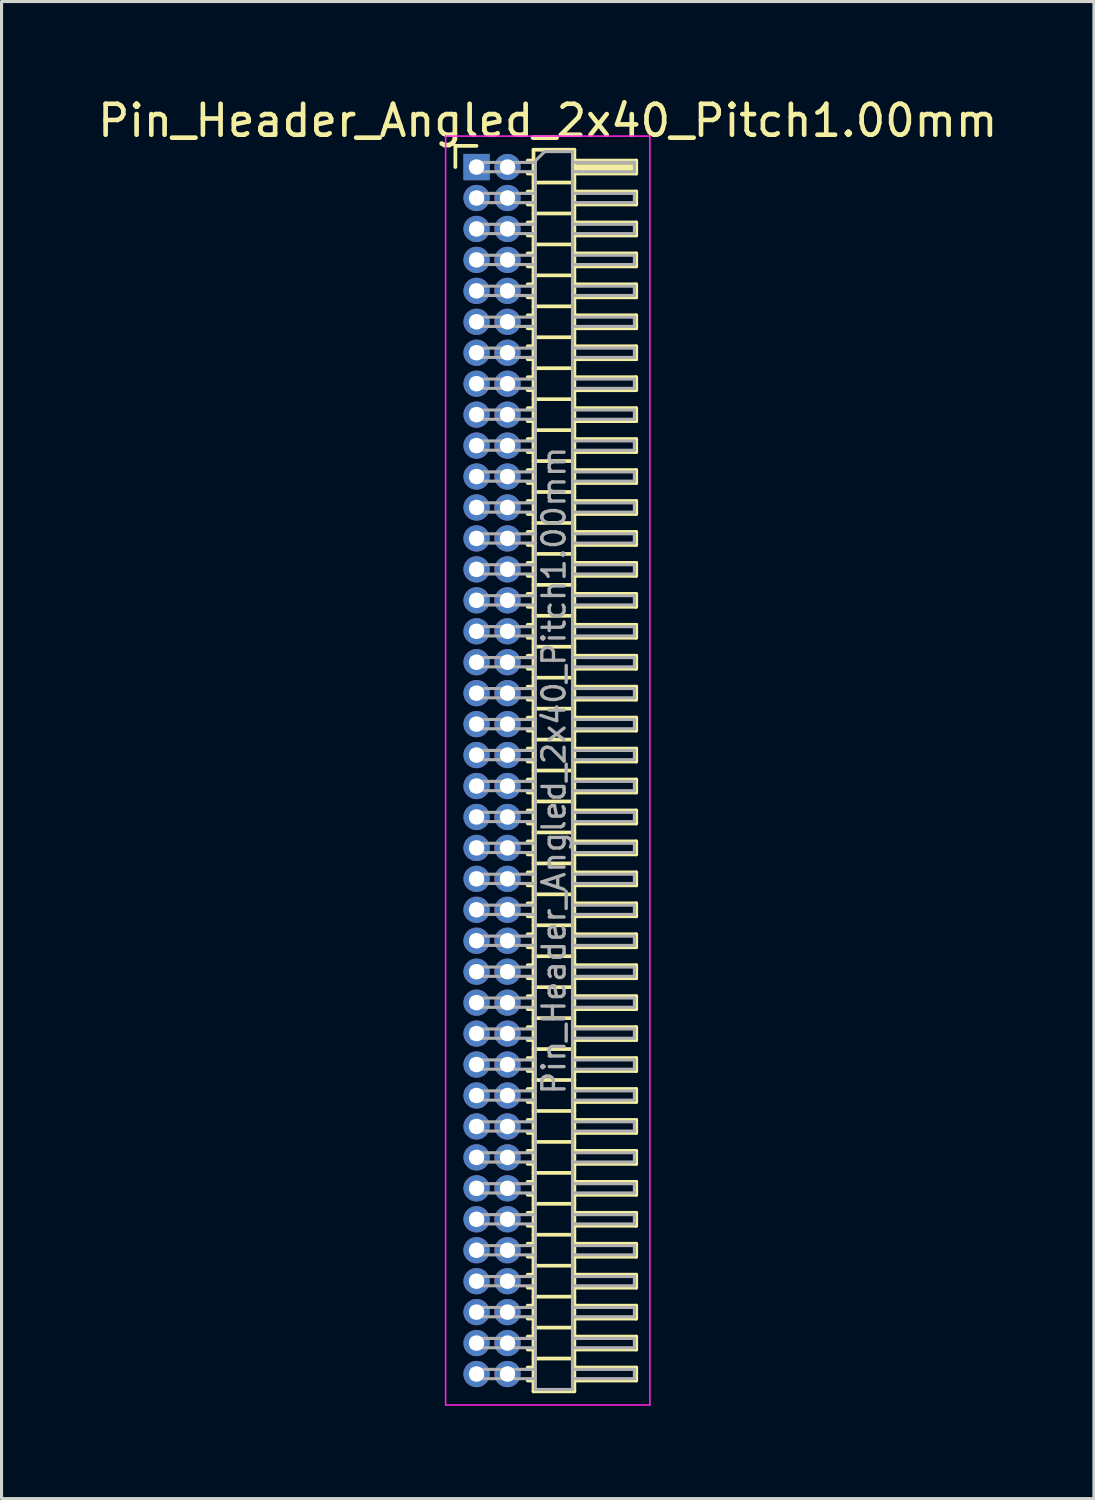
<source format=kicad_pcb>
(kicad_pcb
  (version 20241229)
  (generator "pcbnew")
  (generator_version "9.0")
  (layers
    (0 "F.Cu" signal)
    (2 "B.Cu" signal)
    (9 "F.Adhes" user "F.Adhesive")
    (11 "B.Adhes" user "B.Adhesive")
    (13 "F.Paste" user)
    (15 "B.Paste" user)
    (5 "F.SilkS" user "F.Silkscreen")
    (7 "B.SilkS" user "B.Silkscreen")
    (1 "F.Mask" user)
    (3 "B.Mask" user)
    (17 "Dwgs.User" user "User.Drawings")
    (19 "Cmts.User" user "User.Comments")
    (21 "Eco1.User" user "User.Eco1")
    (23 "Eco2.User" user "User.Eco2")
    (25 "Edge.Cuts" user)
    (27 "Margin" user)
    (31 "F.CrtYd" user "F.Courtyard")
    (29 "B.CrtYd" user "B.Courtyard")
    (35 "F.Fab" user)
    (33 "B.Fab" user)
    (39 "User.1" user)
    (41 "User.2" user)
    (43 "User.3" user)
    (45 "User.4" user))
  (footprint "Pin_Header_Angled_2x40_Pitch1.00mm"
    (layer "F.Cu")
    (at 12.349 2.348)
    (property "Reference" "Pin_Header_Angled_2x40_Pitch1.00mm" (at 2.3 -1.5 0) (layer "F.SilkS") (effects (font (size 1 1) (thickness 0.15))))
    (attr through_hole)
    (fp_line (start -0.685 -0.685) (end 0 -0.685) (stroke (width 0.12) (type solid)) (layer "F.SilkS"))
    (fp_line (start -0.685 0) (end -0.685 -0.685) (stroke (width 0.12) (type solid)) (layer "F.SilkS"))
    (fp_line (start 1.652 -0.21) (end 1.84 -0.21) (stroke (width 0.12) (type solid)) (layer "F.SilkS"))
    (fp_line (start 1.652 0.21) (end 1.84 0.21) (stroke (width 0.12) (type solid)) (layer "F.SilkS"))
    (fp_line (start 1.652 0.79) (end 1.84 0.79) (stroke (width 0.12) (type solid)) (layer "F.SilkS"))
    (fp_line (start 1.652 1.21) (end 1.84 1.21) (stroke (width 0.12) (type solid)) (layer "F.SilkS"))
    (fp_line (start 1.652 1.79) (end 1.84 1.79) (stroke (width 0.12) (type solid)) (layer "F.SilkS"))
    (fp_line (start 1.652 2.21) (end 1.84 2.21) (stroke (width 0.12) (type solid)) (layer "F.SilkS"))
    (fp_line (start 1.652 2.79) (end 1.84 2.79) (stroke (width 0.12) (type solid)) (layer "F.SilkS"))
    (fp_line (start 1.652 3.21) (end 1.84 3.21) (stroke (width 0.12) (type solid)) (layer "F.SilkS"))
    (fp_line (start 1.652 3.79) (end 1.84 3.79) (stroke (width 0.12) (type solid)) (layer "F.SilkS"))
    (fp_line (start 1.652 4.21) (end 1.84 4.21) (stroke (width 0.12) (type solid)) (layer "F.SilkS"))
    (fp_line (start 1.652 4.79) (end 1.84 4.79) (stroke (width 0.12) (type solid)) (layer "F.SilkS"))
    (fp_line (start 1.652 5.21) (end 1.84 5.21) (stroke (width 0.12) (type solid)) (layer "F.SilkS"))
    (fp_line (start 1.652 5.79) (end 1.84 5.79) (stroke (width 0.12) (type solid)) (layer "F.SilkS"))
    (fp_line (start 1.652 6.21) (end 1.84 6.21) (stroke (width 0.12) (type solid)) (layer "F.SilkS"))
    (fp_line (start 1.652 6.79) (end 1.84 6.79) (stroke (width 0.12) (type solid)) (layer "F.SilkS"))
    (fp_line (start 1.652 7.21) (end 1.84 7.21) (stroke (width 0.12) (type solid)) (layer "F.SilkS"))
    (fp_line (start 1.652 7.79) (end 1.84 7.79) (stroke (width 0.12) (type solid)) (layer "F.SilkS"))
    (fp_line (start 1.652 8.21) (end 1.84 8.21) (stroke (width 0.12) (type solid)) (layer "F.SilkS"))
    (fp_line (start 1.652 8.79) (end 1.84 8.79) (stroke (width 0.12) (type solid)) (layer "F.SilkS"))
    (fp_line (start 1.652 9.21) (end 1.84 9.21) (stroke (width 0.12) (type solid)) (layer "F.SilkS"))
    (fp_line (start 1.652 9.79) (end 1.84 9.79) (stroke (width 0.12) (type solid)) (layer "F.SilkS"))
    (fp_line (start 1.652 10.21) (end 1.84 10.21) (stroke (width 0.12) (type solid)) (layer "F.SilkS"))
    (fp_line (start 1.652 10.79) (end 1.84 10.79) (stroke (width 0.12) (type solid)) (layer "F.SilkS"))
    (fp_line (start 1.652 11.21) (end 1.84 11.21) (stroke (width 0.12) (type solid)) (layer "F.SilkS"))
    (fp_line (start 1.652 11.79) (end 1.84 11.79) (stroke (width 0.12) (type solid)) (layer "F.SilkS"))
    (fp_line (start 1.652 12.21) (end 1.84 12.21) (stroke (width 0.12) (type solid)) (layer "F.SilkS"))
    (fp_line (start 1.652 12.79) (end 1.84 12.79) (stroke (width 0.12) (type solid)) (layer "F.SilkS"))
    (fp_line (start 1.652 13.21) (end 1.84 13.21) (stroke (width 0.12) (type solid)) (layer "F.SilkS"))
    (fp_line (start 1.652 13.79) (end 1.84 13.79) (stroke (width 0.12) (type solid)) (layer "F.SilkS"))
    (fp_line (start 1.652 14.21) (end 1.84 14.21) (stroke (width 0.12) (type solid)) (layer "F.SilkS"))
    (fp_line (start 1.652 14.79) (end 1.84 14.79) (stroke (width 0.12) (type solid)) (layer "F.SilkS"))
    (fp_line (start 1.652 15.21) (end 1.84 15.21) (stroke (width 0.12) (type solid)) (layer "F.SilkS"))
    (fp_line (start 1.652 15.79) (end 1.84 15.79) (stroke (width 0.12) (type solid)) (layer "F.SilkS"))
    (fp_line (start 1.652 16.21) (end 1.84 16.21) (stroke (width 0.12) (type solid)) (layer "F.SilkS"))
    (fp_line (start 1.652 16.79) (end 1.84 16.79) (stroke (width 0.12) (type solid)) (layer "F.SilkS"))
    (fp_line (start 1.652 17.21) (end 1.84 17.21) (stroke (width 0.12) (type solid)) (layer "F.SilkS"))
    (fp_line (start 1.652 17.79) (end 1.84 17.79) (stroke (width 0.12) (type solid)) (layer "F.SilkS"))
    (fp_line (start 1.652 18.21) (end 1.84 18.21) (stroke (width 0.12) (type solid)) (layer "F.SilkS"))
    (fp_line (start 1.652 18.79) (end 1.84 18.79) (stroke (width 0.12) (type solid)) (layer "F.SilkS"))
    (fp_line (start 1.652 19.21) (end 1.84 19.21) (stroke (width 0.12) (type solid)) (layer "F.SilkS"))
    (fp_line (start 1.652 19.79) (end 1.84 19.79) (stroke (width 0.12) (type solid)) (layer "F.SilkS"))
    (fp_line (start 1.652 20.21) (end 1.84 20.21) (stroke (width 0.12) (type solid)) (layer "F.SilkS"))
    (fp_line (start 1.652 20.79) (end 1.84 20.79) (stroke (width 0.12) (type solid)) (layer "F.SilkS"))
    (fp_line (start 1.652 21.21) (end 1.84 21.21) (stroke (width 0.12) (type solid)) (layer "F.SilkS"))
    (fp_line (start 1.652 21.79) (end 1.84 21.79) (stroke (width 0.12) (type solid)) (layer "F.SilkS"))
    (fp_line (start 1.652 22.21) (end 1.84 22.21) (stroke (width 0.12) (type solid)) (layer "F.SilkS"))
    (fp_line (start 1.652 22.79) (end 1.84 22.79) (stroke (width 0.12) (type solid)) (layer "F.SilkS"))
    (fp_line (start 1.652 23.21) (end 1.84 23.21) (stroke (width 0.12) (type solid)) (layer "F.SilkS"))
    (fp_line (start 1.652 23.79) (end 1.84 23.79) (stroke (width 0.12) (type solid)) (layer "F.SilkS"))
    (fp_line (start 1.652 24.21) (end 1.84 24.21) (stroke (width 0.12) (type solid)) (layer "F.SilkS"))
    (fp_line (start 1.652 24.79) (end 1.84 24.79) (stroke (width 0.12) (type solid)) (layer "F.SilkS"))
    (fp_line (start 1.652 25.21) (end 1.84 25.21) (stroke (width 0.12) (type solid)) (layer "F.SilkS"))
    (fp_line (start 1.652 25.79) (end 1.84 25.79) (stroke (width 0.12) (type solid)) (layer "F.SilkS"))
    (fp_line (start 1.652 26.21) (end 1.84 26.21) (stroke (width 0.12) (type solid)) (layer "F.SilkS"))
    (fp_line (start 1.652 26.79) (end 1.84 26.79) (stroke (width 0.12) (type solid)) (layer "F.SilkS"))
    (fp_line (start 1.652 27.21) (end 1.84 27.21) (stroke (width 0.12) (type solid)) (layer "F.SilkS"))
    (fp_line (start 1.652 27.79) (end 1.84 27.79) (stroke (width 0.12) (type solid)) (layer "F.SilkS"))
    (fp_line (start 1.652 28.21) (end 1.84 28.21) (stroke (width 0.12) (type solid)) (layer "F.SilkS"))
    (fp_line (start 1.652 28.79) (end 1.84 28.79) (stroke (width 0.12) (type solid)) (layer "F.SilkS"))
    (fp_line (start 1.652 29.21) (end 1.84 29.21) (stroke (width 0.12) (type solid)) (layer "F.SilkS"))
    (fp_line (start 1.652 29.79) (end 1.84 29.79) (stroke (width 0.12) (type solid)) (layer "F.SilkS"))
    (fp_line (start 1.652 30.21) (end 1.84 30.21) (stroke (width 0.12) (type solid)) (layer "F.SilkS"))
    (fp_line (start 1.652 30.79) (end 1.84 30.79) (stroke (width 0.12) (type solid)) (layer "F.SilkS"))
    (fp_line (start 1.652 31.21) (end 1.84 31.21) (stroke (width 0.12) (type solid)) (layer "F.SilkS"))
    (fp_line (start 1.652 31.79) (end 1.84 31.79) (stroke (width 0.12) (type solid)) (layer "F.SilkS"))
    (fp_line (start 1.652 32.21) (end 1.84 32.21) (stroke (width 0.12) (type solid)) (layer "F.SilkS"))
    (fp_line (start 1.652 32.79) (end 1.84 32.79) (stroke (width 0.12) (type solid)) (layer "F.SilkS"))
    (fp_line (start 1.652 33.21) (end 1.84 33.21) (stroke (width 0.12) (type solid)) (layer "F.SilkS"))
    (fp_line (start 1.652 33.79) (end 1.84 33.79) (stroke (width 0.12) (type solid)) (layer "F.SilkS"))
    (fp_line (start 1.652 34.21) (end 1.84 34.21) (stroke (width 0.12) (type solid)) (layer "F.SilkS"))
    (fp_line (start 1.652 34.79) (end 1.84 34.79) (stroke (width 0.12) (type solid)) (layer "F.SilkS"))
    (fp_line (start 1.652 35.21) (end 1.84 35.21) (stroke (width 0.12) (type solid)) (layer "F.SilkS"))
    (fp_line (start 1.652 35.79) (end 1.84 35.79) (stroke (width 0.12) (type solid)) (layer "F.SilkS"))
    (fp_line (start 1.652 36.21) (end 1.84 36.21) (stroke (width 0.12) (type solid)) (layer "F.SilkS"))
    (fp_line (start 1.652 36.79) (end 1.84 36.79) (stroke (width 0.12) (type solid)) (layer "F.SilkS"))
    (fp_line (start 1.652 37.21) (end 1.84 37.21) (stroke (width 0.12) (type solid)) (layer "F.SilkS"))
    (fp_line (start 1.652 37.79) (end 1.84 37.79) (stroke (width 0.12) (type solid)) (layer "F.SilkS"))
    (fp_line (start 1.652 38.21) (end 1.84 38.21) (stroke (width 0.12) (type solid)) (layer "F.SilkS"))
    (fp_line (start 1.652 38.79) (end 1.84 38.79) (stroke (width 0.12) (type solid)) (layer "F.SilkS"))
    (fp_line (start 1.652 39.21) (end 1.84 39.21) (stroke (width 0.12) (type solid)) (layer "F.SilkS"))
    (fp_line (start 1.84 -0.56) (end 1.84 39.56) (stroke (width 0.12) (type solid)) (layer "F.SilkS"))
    (fp_line (start 1.84 0.5) (end 3.16 0.5) (stroke (width 0.12) (type solid)) (layer "F.SilkS"))
    (fp_line (start 1.84 1.5) (end 3.16 1.5) (stroke (width 0.12) (type solid)) (layer "F.SilkS"))
    (fp_line (start 1.84 2.5) (end 3.16 2.5) (stroke (width 0.12) (type solid)) (layer "F.SilkS"))
    (fp_line (start 1.84 3.5) (end 3.16 3.5) (stroke (width 0.12) (type solid)) (layer "F.SilkS"))
    (fp_line (start 1.84 4.5) (end 3.16 4.5) (stroke (width 0.12) (type solid)) (layer "F.SilkS"))
    (fp_line (start 1.84 5.5) (end 3.16 5.5) (stroke (width 0.12) (type solid)) (layer "F.SilkS"))
    (fp_line (start 1.84 6.5) (end 3.16 6.5) (stroke (width 0.12) (type solid)) (layer "F.SilkS"))
    (fp_line (start 1.84 7.5) (end 3.16 7.5) (stroke (width 0.12) (type solid)) (layer "F.SilkS"))
    (fp_line (start 1.84 8.5) (end 3.16 8.5) (stroke (width 0.12) (type solid)) (layer "F.SilkS"))
    (fp_line (start 1.84 9.5) (end 3.16 9.5) (stroke (width 0.12) (type solid)) (layer "F.SilkS"))
    (fp_line (start 1.84 10.5) (end 3.16 10.5) (stroke (width 0.12) (type solid)) (layer "F.SilkS"))
    (fp_line (start 1.84 11.5) (end 3.16 11.5) (stroke (width 0.12) (type solid)) (layer "F.SilkS"))
    (fp_line (start 1.84 12.5) (end 3.16 12.5) (stroke (width 0.12) (type solid)) (layer "F.SilkS"))
    (fp_line (start 1.84 13.5) (end 3.16 13.5) (stroke (width 0.12) (type solid)) (layer "F.SilkS"))
    (fp_line (start 1.84 14.5) (end 3.16 14.5) (stroke (width 0.12) (type solid)) (layer "F.SilkS"))
    (fp_line (start 1.84 15.5) (end 3.16 15.5) (stroke (width 0.12) (type solid)) (layer "F.SilkS"))
    (fp_line (start 1.84 16.5) (end 3.16 16.5) (stroke (width 0.12) (type solid)) (layer "F.SilkS"))
    (fp_line (start 1.84 17.5) (end 3.16 17.5) (stroke (width 0.12) (type solid)) (layer "F.SilkS"))
    (fp_line (start 1.84 18.5) (end 3.16 18.5) (stroke (width 0.12) (type solid)) (layer "F.SilkS"))
    (fp_line (start 1.84 19.5) (end 3.16 19.5) (stroke (width 0.12) (type solid)) (layer "F.SilkS"))
    (fp_line (start 1.84 20.5) (end 3.16 20.5) (stroke (width 0.12) (type solid)) (layer "F.SilkS"))
    (fp_line (start 1.84 21.5) (end 3.16 21.5) (stroke (width 0.12) (type solid)) (layer "F.SilkS"))
    (fp_line (start 1.84 22.5) (end 3.16 22.5) (stroke (width 0.12) (type solid)) (layer "F.SilkS"))
    (fp_line (start 1.84 23.5) (end 3.16 23.5) (stroke (width 0.12) (type solid)) (layer "F.SilkS"))
    (fp_line (start 1.84 24.5) (end 3.16 24.5) (stroke (width 0.12) (type solid)) (layer "F.SilkS"))
    (fp_line (start 1.84 25.5) (end 3.16 25.5) (stroke (width 0.12) (type solid)) (layer "F.SilkS"))
    (fp_line (start 1.84 26.5) (end 3.16 26.5) (stroke (width 0.12) (type solid)) (layer "F.SilkS"))
    (fp_line (start 1.84 27.5) (end 3.16 27.5) (stroke (width 0.12) (type solid)) (layer "F.SilkS"))
    (fp_line (start 1.84 28.5) (end 3.16 28.5) (stroke (width 0.12) (type solid)) (layer "F.SilkS"))
    (fp_line (start 1.84 29.5) (end 3.16 29.5) (stroke (width 0.12) (type solid)) (layer "F.SilkS"))
    (fp_line (start 1.84 30.5) (end 3.16 30.5) (stroke (width 0.12) (type solid)) (layer "F.SilkS"))
    (fp_line (start 1.84 31.5) (end 3.16 31.5) (stroke (width 0.12) (type solid)) (layer "F.SilkS"))
    (fp_line (start 1.84 32.5) (end 3.16 32.5) (stroke (width 0.12) (type solid)) (layer "F.SilkS"))
    (fp_line (start 1.84 33.5) (end 3.16 33.5) (stroke (width 0.12) (type solid)) (layer "F.SilkS"))
    (fp_line (start 1.84 34.5) (end 3.16 34.5) (stroke (width 0.12) (type solid)) (layer "F.SilkS"))
    (fp_line (start 1.84 35.5) (end 3.16 35.5) (stroke (width 0.12) (type solid)) (layer "F.SilkS"))
    (fp_line (start 1.84 36.5) (end 3.16 36.5) (stroke (width 0.12) (type solid)) (layer "F.SilkS"))
    (fp_line (start 1.84 37.5) (end 3.16 37.5) (stroke (width 0.12) (type solid)) (layer "F.SilkS"))
    (fp_line (start 1.84 38.5) (end 3.16 38.5) (stroke (width 0.12) (type solid)) (layer "F.SilkS"))
    (fp_line (start 1.84 39.56) (end 3.16 39.56) (stroke (width 0.12) (type solid)) (layer "F.SilkS"))
    (fp_line (start 3.16 -0.56) (end 1.84 -0.56) (stroke (width 0.12) (type solid)) (layer "F.SilkS"))
    (fp_line (start 3.16 -0.21) (end 5.16 -0.21) (stroke (width 0.12) (type solid)) (layer "F.SilkS"))
    (fp_line (start 3.16 -0.15) (end 5.16 -0.15) (stroke (width 0.12) (type solid)) (layer "F.SilkS"))
    (fp_line (start 3.16 -0.03) (end 5.16 -0.03) (stroke (width 0.12) (type solid)) (layer "F.SilkS"))
    (fp_line (start 3.16 0.09) (end 5.16 0.09) (stroke (width 0.12) (type solid)) (layer "F.SilkS"))
    (fp_line (start 3.16 0.79) (end 5.16 0.79) (stroke (width 0.12) (type solid)) (layer "F.SilkS"))
    (fp_line (start 3.16 1.79) (end 5.16 1.79) (stroke (width 0.12) (type solid)) (layer "F.SilkS"))
    (fp_line (start 3.16 2.79) (end 5.16 2.79) (stroke (width 0.12) (type solid)) (layer "F.SilkS"))
    (fp_line (start 3.16 3.79) (end 5.16 3.79) (stroke (width 0.12) (type solid)) (layer "F.SilkS"))
    (fp_line (start 3.16 4.79) (end 5.16 4.79) (stroke (width 0.12) (type solid)) (layer "F.SilkS"))
    (fp_line (start 3.16 5.79) (end 5.16 5.79) (stroke (width 0.12) (type solid)) (layer "F.SilkS"))
    (fp_line (start 3.16 6.79) (end 5.16 6.79) (stroke (width 0.12) (type solid)) (layer "F.SilkS"))
    (fp_line (start 3.16 7.79) (end 5.16 7.79) (stroke (width 0.12) (type solid)) (layer "F.SilkS"))
    (fp_line (start 3.16 8.79) (end 5.16 8.79) (stroke (width 0.12) (type solid)) (layer "F.SilkS"))
    (fp_line (start 3.16 9.79) (end 5.16 9.79) (stroke (width 0.12) (type solid)) (layer "F.SilkS"))
    (fp_line (start 3.16 10.79) (end 5.16 10.79) (stroke (width 0.12) (type solid)) (layer "F.SilkS"))
    (fp_line (start 3.16 11.79) (end 5.16 11.79) (stroke (width 0.12) (type solid)) (layer "F.SilkS"))
    (fp_line (start 3.16 12.79) (end 5.16 12.79) (stroke (width 0.12) (type solid)) (layer "F.SilkS"))
    (fp_line (start 3.16 13.79) (end 5.16 13.79) (stroke (width 0.12) (type solid)) (layer "F.SilkS"))
    (fp_line (start 3.16 14.79) (end 5.16 14.79) (stroke (width 0.12) (type solid)) (layer "F.SilkS"))
    (fp_line (start 3.16 15.79) (end 5.16 15.79) (stroke (width 0.12) (type solid)) (layer "F.SilkS"))
    (fp_line (start 3.16 16.79) (end 5.16 16.79) (stroke (width 0.12) (type solid)) (layer "F.SilkS"))
    (fp_line (start 3.16 17.79) (end 5.16 17.79) (stroke (width 0.12) (type solid)) (layer "F.SilkS"))
    (fp_line (start 3.16 18.79) (end 5.16 18.79) (stroke (width 0.12) (type solid)) (layer "F.SilkS"))
    (fp_line (start 3.16 19.79) (end 5.16 19.79) (stroke (width 0.12) (type solid)) (layer "F.SilkS"))
    (fp_line (start 3.16 20.79) (end 5.16 20.79) (stroke (width 0.12) (type solid)) (layer "F.SilkS"))
    (fp_line (start 3.16 21.79) (end 5.16 21.79) (stroke (width 0.12) (type solid)) (layer "F.SilkS"))
    (fp_line (start 3.16 22.79) (end 5.16 22.79) (stroke (width 0.12) (type solid)) (layer "F.SilkS"))
    (fp_line (start 3.16 23.79) (end 5.16 23.79) (stroke (width 0.12) (type solid)) (layer "F.SilkS"))
    (fp_line (start 3.16 24.79) (end 5.16 24.79) (stroke (width 0.12) (type solid)) (layer "F.SilkS"))
    (fp_line (start 3.16 25.79) (end 5.16 25.79) (stroke (width 0.12) (type solid)) (layer "F.SilkS"))
    (fp_line (start 3.16 26.79) (end 5.16 26.79) (stroke (width 0.12) (type solid)) (layer "F.SilkS"))
    (fp_line (start 3.16 27.79) (end 5.16 27.79) (stroke (width 0.12) (type solid)) (layer "F.SilkS"))
    (fp_line (start 3.16 28.79) (end 5.16 28.79) (stroke (width 0.12) (type solid)) (layer "F.SilkS"))
    (fp_line (start 3.16 29.79) (end 5.16 29.79) (stroke (width 0.12) (type solid)) (layer "F.SilkS"))
    (fp_line (start 3.16 30.79) (end 5.16 30.79) (stroke (width 0.12) (type solid)) (layer "F.SilkS"))
    (fp_line (start 3.16 31.79) (end 5.16 31.79) (stroke (width 0.12) (type solid)) (layer "F.SilkS"))
    (fp_line (start 3.16 32.79) (end 5.16 32.79) (stroke (width 0.12) (type solid)) (layer "F.SilkS"))
    (fp_line (start 3.16 33.79) (end 5.16 33.79) (stroke (width 0.12) (type solid)) (layer "F.SilkS"))
    (fp_line (start 3.16 34.79) (end 5.16 34.79) (stroke (width 0.12) (type solid)) (layer "F.SilkS"))
    (fp_line (start 3.16 35.79) (end 5.16 35.79) (stroke (width 0.12) (type solid)) (layer "F.SilkS"))
    (fp_line (start 3.16 36.79) (end 5.16 36.79) (stroke (width 0.12) (type solid)) (layer "F.SilkS"))
    (fp_line (start 3.16 37.79) (end 5.16 37.79) (stroke (width 0.12) (type solid)) (layer "F.SilkS"))
    (fp_line (start 3.16 38.79) (end 5.16 38.79) (stroke (width 0.12) (type solid)) (layer "F.SilkS"))
    (fp_line (start 3.16 39.56) (end 3.16 -0.56) (stroke (width 0.12) (type solid)) (layer "F.SilkS"))
    (fp_line (start 5.16 -0.21) (end 5.16 0.21) (stroke (width 0.12) (type solid)) (layer "F.SilkS"))
    (fp_line (start 5.16 0.21) (end 3.16 0.21) (stroke (width 0.12) (type solid)) (layer "F.SilkS"))
    (fp_line (start 5.16 0.79) (end 5.16 1.21) (stroke (width 0.12) (type solid)) (layer "F.SilkS"))
    (fp_line (start 5.16 1.21) (end 3.16 1.21) (stroke (width 0.12) (type solid)) (layer "F.SilkS"))
    (fp_line (start 5.16 1.79) (end 5.16 2.21) (stroke (width 0.12) (type solid)) (layer "F.SilkS"))
    (fp_line (start 5.16 2.21) (end 3.16 2.21) (stroke (width 0.12) (type solid)) (layer "F.SilkS"))
    (fp_line (start 5.16 2.79) (end 5.16 3.21) (stroke (width 0.12) (type solid)) (layer "F.SilkS"))
    (fp_line (start 5.16 3.21) (end 3.16 3.21) (stroke (width 0.12) (type solid)) (layer "F.SilkS"))
    (fp_line (start 5.16 3.79) (end 5.16 4.21) (stroke (width 0.12) (type solid)) (layer "F.SilkS"))
    (fp_line (start 5.16 4.21) (end 3.16 4.21) (stroke (width 0.12) (type solid)) (layer "F.SilkS"))
    (fp_line (start 5.16 4.79) (end 5.16 5.21) (stroke (width 0.12) (type solid)) (layer "F.SilkS"))
    (fp_line (start 5.16 5.21) (end 3.16 5.21) (stroke (width 0.12) (type solid)) (layer "F.SilkS"))
    (fp_line (start 5.16 5.79) (end 5.16 6.21) (stroke (width 0.12) (type solid)) (layer "F.SilkS"))
    (fp_line (start 5.16 6.21) (end 3.16 6.21) (stroke (width 0.12) (type solid)) (layer "F.SilkS"))
    (fp_line (start 5.16 6.79) (end 5.16 7.21) (stroke (width 0.12) (type solid)) (layer "F.SilkS"))
    (fp_line (start 5.16 7.21) (end 3.16 7.21) (stroke (width 0.12) (type solid)) (layer "F.SilkS"))
    (fp_line (start 5.16 7.79) (end 5.16 8.21) (stroke (width 0.12) (type solid)) (layer "F.SilkS"))
    (fp_line (start 5.16 8.21) (end 3.16 8.21) (stroke (width 0.12) (type solid)) (layer "F.SilkS"))
    (fp_line (start 5.16 8.79) (end 5.16 9.21) (stroke (width 0.12) (type solid)) (layer "F.SilkS"))
    (fp_line (start 5.16 9.21) (end 3.16 9.21) (stroke (width 0.12) (type solid)) (layer "F.SilkS"))
    (fp_line (start 5.16 9.79) (end 5.16 10.21) (stroke (width 0.12) (type solid)) (layer "F.SilkS"))
    (fp_line (start 5.16 10.21) (end 3.16 10.21) (stroke (width 0.12) (type solid)) (layer "F.SilkS"))
    (fp_line (start 5.16 10.79) (end 5.16 11.21) (stroke (width 0.12) (type solid)) (layer "F.SilkS"))
    (fp_line (start 5.16 11.21) (end 3.16 11.21) (stroke (width 0.12) (type solid)) (layer "F.SilkS"))
    (fp_line (start 5.16 11.79) (end 5.16 12.21) (stroke (width 0.12) (type solid)) (layer "F.SilkS"))
    (fp_line (start 5.16 12.21) (end 3.16 12.21) (stroke (width 0.12) (type solid)) (layer "F.SilkS"))
    (fp_line (start 5.16 12.79) (end 5.16 13.21) (stroke (width 0.12) (type solid)) (layer "F.SilkS"))
    (fp_line (start 5.16 13.21) (end 3.16 13.21) (stroke (width 0.12) (type solid)) (layer "F.SilkS"))
    (fp_line (start 5.16 13.79) (end 5.16 14.21) (stroke (width 0.12) (type solid)) (layer "F.SilkS"))
    (fp_line (start 5.16 14.21) (end 3.16 14.21) (stroke (width 0.12) (type solid)) (layer "F.SilkS"))
    (fp_line (start 5.16 14.79) (end 5.16 15.21) (stroke (width 0.12) (type solid)) (layer "F.SilkS"))
    (fp_line (start 5.16 15.21) (end 3.16 15.21) (stroke (width 0.12) (type solid)) (layer "F.SilkS"))
    (fp_line (start 5.16 15.79) (end 5.16 16.21) (stroke (width 0.12) (type solid)) (layer "F.SilkS"))
    (fp_line (start 5.16 16.21) (end 3.16 16.21) (stroke (width 0.12) (type solid)) (layer "F.SilkS"))
    (fp_line (start 5.16 16.79) (end 5.16 17.21) (stroke (width 0.12) (type solid)) (layer "F.SilkS"))
    (fp_line (start 5.16 17.21) (end 3.16 17.21) (stroke (width 0.12) (type solid)) (layer "F.SilkS"))
    (fp_line (start 5.16 17.79) (end 5.16 18.21) (stroke (width 0.12) (type solid)) (layer "F.SilkS"))
    (fp_line (start 5.16 18.21) (end 3.16 18.21) (stroke (width 0.12) (type solid)) (layer "F.SilkS"))
    (fp_line (start 5.16 18.79) (end 5.16 19.21) (stroke (width 0.12) (type solid)) (layer "F.SilkS"))
    (fp_line (start 5.16 19.21) (end 3.16 19.21) (stroke (width 0.12) (type solid)) (layer "F.SilkS"))
    (fp_line (start 5.16 19.79) (end 5.16 20.21) (stroke (width 0.12) (type solid)) (layer "F.SilkS"))
    (fp_line (start 5.16 20.21) (end 3.16 20.21) (stroke (width 0.12) (type solid)) (layer "F.SilkS"))
    (fp_line (start 5.16 20.79) (end 5.16 21.21) (stroke (width 0.12) (type solid)) (layer "F.SilkS"))
    (fp_line (start 5.16 21.21) (end 3.16 21.21) (stroke (width 0.12) (type solid)) (layer "F.SilkS"))
    (fp_line (start 5.16 21.79) (end 5.16 22.21) (stroke (width 0.12) (type solid)) (layer "F.SilkS"))
    (fp_line (start 5.16 22.21) (end 3.16 22.21) (stroke (width 0.12) (type solid)) (layer "F.SilkS"))
    (fp_line (start 5.16 22.79) (end 5.16 23.21) (stroke (width 0.12) (type solid)) (layer "F.SilkS"))
    (fp_line (start 5.16 23.21) (end 3.16 23.21) (stroke (width 0.12) (type solid)) (layer "F.SilkS"))
    (fp_line (start 5.16 23.79) (end 5.16 24.21) (stroke (width 0.12) (type solid)) (layer "F.SilkS"))
    (fp_line (start 5.16 24.21) (end 3.16 24.21) (stroke (width 0.12) (type solid)) (layer "F.SilkS"))
    (fp_line (start 5.16 24.79) (end 5.16 25.21) (stroke (width 0.12) (type solid)) (layer "F.SilkS"))
    (fp_line (start 5.16 25.21) (end 3.16 25.21) (stroke (width 0.12) (type solid)) (layer "F.SilkS"))
    (fp_line (start 5.16 25.79) (end 5.16 26.21) (stroke (width 0.12) (type solid)) (layer "F.SilkS"))
    (fp_line (start 5.16 26.21) (end 3.16 26.21) (stroke (width 0.12) (type solid)) (layer "F.SilkS"))
    (fp_line (start 5.16 26.79) (end 5.16 27.21) (stroke (width 0.12) (type solid)) (layer "F.SilkS"))
    (fp_line (start 5.16 27.21) (end 3.16 27.21) (stroke (width 0.12) (type solid)) (layer "F.SilkS"))
    (fp_line (start 5.16 27.79) (end 5.16 28.21) (stroke (width 0.12) (type solid)) (layer "F.SilkS"))
    (fp_line (start 5.16 28.21) (end 3.16 28.21) (stroke (width 0.12) (type solid)) (layer "F.SilkS"))
    (fp_line (start 5.16 28.79) (end 5.16 29.21) (stroke (width 0.12) (type solid)) (layer "F.SilkS"))
    (fp_line (start 5.16 29.21) (end 3.16 29.21) (stroke (width 0.12) (type solid)) (layer "F.SilkS"))
    (fp_line (start 5.16 29.79) (end 5.16 30.21) (stroke (width 0.12) (type solid)) (layer "F.SilkS"))
    (fp_line (start 5.16 30.21) (end 3.16 30.21) (stroke (width 0.12) (type solid)) (layer "F.SilkS"))
    (fp_line (start 5.16 30.79) (end 5.16 31.21) (stroke (width 0.12) (type solid)) (layer "F.SilkS"))
    (fp_line (start 5.16 31.21) (end 3.16 31.21) (stroke (width 0.12) (type solid)) (layer "F.SilkS"))
    (fp_line (start 5.16 31.79) (end 5.16 32.21) (stroke (width 0.12) (type solid)) (layer "F.SilkS"))
    (fp_line (start 5.16 32.21) (end 3.16 32.21) (stroke (width 0.12) (type solid)) (layer "F.SilkS"))
    (fp_line (start 5.16 32.79) (end 5.16 33.21) (stroke (width 0.12) (type solid)) (layer "F.SilkS"))
    (fp_line (start 5.16 33.21) (end 3.16 33.21) (stroke (width 0.12) (type solid)) (layer "F.SilkS"))
    (fp_line (start 5.16 33.79) (end 5.16 34.21) (stroke (width 0.12) (type solid)) (layer "F.SilkS"))
    (fp_line (start 5.16 34.21) (end 3.16 34.21) (stroke (width 0.12) (type solid)) (layer "F.SilkS"))
    (fp_line (start 5.16 34.79) (end 5.16 35.21) (stroke (width 0.12) (type solid)) (layer "F.SilkS"))
    (fp_line (start 5.16 35.21) (end 3.16 35.21) (stroke (width 0.12) (type solid)) (layer "F.SilkS"))
    (fp_line (start 5.16 35.79) (end 5.16 36.21) (stroke (width 0.12) (type solid)) (layer "F.SilkS"))
    (fp_line (start 5.16 36.21) (end 3.16 36.21) (stroke (width 0.12) (type solid)) (layer "F.SilkS"))
    (fp_line (start 5.16 36.79) (end 5.16 37.21) (stroke (width 0.12) (type solid)) (layer "F.SilkS"))
    (fp_line (start 5.16 37.21) (end 3.16 37.21) (stroke (width 0.12) (type solid)) (layer "F.SilkS"))
    (fp_line (start 5.16 37.79) (end 5.16 38.21) (stroke (width 0.12) (type solid)) (layer "F.SilkS"))
    (fp_line (start 5.16 38.21) (end 3.16 38.21) (stroke (width 0.12) (type solid)) (layer "F.SilkS"))
    (fp_line (start 5.16 38.79) (end 5.16 39.21) (stroke (width 0.12) (type solid)) (layer "F.SilkS"))
    (fp_line (start 5.16 39.21) (end 3.16 39.21) (stroke (width 0.12) (type solid)) (layer "F.SilkS"))
    (fp_line (start -1 -1) (end -1 40) (stroke (width 0.05) (type solid)) (layer "F.CrtYd"))
    (fp_line (start -1 40) (end 5.6 40) (stroke (width 0.05) (type solid)) (layer "F.CrtYd"))
    (fp_line (start 5.6 -1) (end -1 -1) (stroke (width 0.05) (type solid)) (layer "F.CrtYd"))
    (fp_line (start 5.6 40) (end 5.6 -1) (stroke (width 0.05) (type solid)) (layer "F.CrtYd"))
    (fp_line (start -0.15 -0.15) (end -0.15 0.15) (stroke (width 0.1) (type solid)) (layer "F.Fab"))
    (fp_line (start -0.15 -0.15) (end 1.9 -0.15) (stroke (width 0.1) (type solid)) (layer "F.Fab"))
    (fp_line (start -0.15 0.15) (end 1.9 0.15) (stroke (width 0.1) (type solid)) (layer "F.Fab"))
    (fp_line (start -0.15 0.85) (end -0.15 1.15) (stroke (width 0.1) (type solid)) (layer "F.Fab"))
    (fp_line (start -0.15 0.85) (end 1.9 0.85) (stroke (width 0.1) (type solid)) (layer "F.Fab"))
    (fp_line (start -0.15 1.15) (end 1.9 1.15) (stroke (width 0.1) (type solid)) (layer "F.Fab"))
    (fp_line (start -0.15 1.85) (end -0.15 2.15) (stroke (width 0.1) (type solid)) (layer "F.Fab"))
    (fp_line (start -0.15 1.85) (end 1.9 1.85) (stroke (width 0.1) (type solid)) (layer "F.Fab"))
    (fp_line (start -0.15 2.15) (end 1.9 2.15) (stroke (width 0.1) (type solid)) (layer "F.Fab"))
    (fp_line (start -0.15 2.85) (end -0.15 3.15) (stroke (width 0.1) (type solid)) (layer "F.Fab"))
    (fp_line (start -0.15 2.85) (end 1.9 2.85) (stroke (width 0.1) (type solid)) (layer "F.Fab"))
    (fp_line (start -0.15 3.15) (end 1.9 3.15) (stroke (width 0.1) (type solid)) (layer "F.Fab"))
    (fp_line (start -0.15 3.85) (end -0.15 4.15) (stroke (width 0.1) (type solid)) (layer "F.Fab"))
    (fp_line (start -0.15 3.85) (end 1.9 3.85) (stroke (width 0.1) (type solid)) (layer "F.Fab"))
    (fp_line (start -0.15 4.15) (end 1.9 4.15) (stroke (width 0.1) (type solid)) (layer "F.Fab"))
    (fp_line (start -0.15 4.85) (end -0.15 5.15) (stroke (width 0.1) (type solid)) (layer "F.Fab"))
    (fp_line (start -0.15 4.85) (end 1.9 4.85) (stroke (width 0.1) (type solid)) (layer "F.Fab"))
    (fp_line (start -0.15 5.15) (end 1.9 5.15) (stroke (width 0.1) (type solid)) (layer "F.Fab"))
    (fp_line (start -0.15 5.85) (end -0.15 6.15) (stroke (width 0.1) (type solid)) (layer "F.Fab"))
    (fp_line (start -0.15 5.85) (end 1.9 5.85) (stroke (width 0.1) (type solid)) (layer "F.Fab"))
    (fp_line (start -0.15 6.15) (end 1.9 6.15) (stroke (width 0.1) (type solid)) (layer "F.Fab"))
    (fp_line (start -0.15 6.85) (end -0.15 7.15) (stroke (width 0.1) (type solid)) (layer "F.Fab"))
    (fp_line (start -0.15 6.85) (end 1.9 6.85) (stroke (width 0.1) (type solid)) (layer "F.Fab"))
    (fp_line (start -0.15 7.15) (end 1.9 7.15) (stroke (width 0.1) (type solid)) (layer "F.Fab"))
    (fp_line (start -0.15 7.85) (end -0.15 8.15) (stroke (width 0.1) (type solid)) (layer "F.Fab"))
    (fp_line (start -0.15 7.85) (end 1.9 7.85) (stroke (width 0.1) (type solid)) (layer "F.Fab"))
    (fp_line (start -0.15 8.15) (end 1.9 8.15) (stroke (width 0.1) (type solid)) (layer "F.Fab"))
    (fp_line (start -0.15 8.85) (end -0.15 9.15) (stroke (width 0.1) (type solid)) (layer "F.Fab"))
    (fp_line (start -0.15 8.85) (end 1.9 8.85) (stroke (width 0.1) (type solid)) (layer "F.Fab"))
    (fp_line (start -0.15 9.15) (end 1.9 9.15) (stroke (width 0.1) (type solid)) (layer "F.Fab"))
    (fp_line (start -0.15 9.85) (end -0.15 10.15) (stroke (width 0.1) (type solid)) (layer "F.Fab"))
    (fp_line (start -0.15 9.85) (end 1.9 9.85) (stroke (width 0.1) (type solid)) (layer "F.Fab"))
    (fp_line (start -0.15 10.15) (end 1.9 10.15) (stroke (width 0.1) (type solid)) (layer "F.Fab"))
    (fp_line (start -0.15 10.85) (end -0.15 11.15) (stroke (width 0.1) (type solid)) (layer "F.Fab"))
    (fp_line (start -0.15 10.85) (end 1.9 10.85) (stroke (width 0.1) (type solid)) (layer "F.Fab"))
    (fp_line (start -0.15 11.15) (end 1.9 11.15) (stroke (width 0.1) (type solid)) (layer "F.Fab"))
    (fp_line (start -0.15 11.85) (end -0.15 12.15) (stroke (width 0.1) (type solid)) (layer "F.Fab"))
    (fp_line (start -0.15 11.85) (end 1.9 11.85) (stroke (width 0.1) (type solid)) (layer "F.Fab"))
    (fp_line (start -0.15 12.15) (end 1.9 12.15) (stroke (width 0.1) (type solid)) (layer "F.Fab"))
    (fp_line (start -0.15 12.85) (end -0.15 13.15) (stroke (width 0.1) (type solid)) (layer "F.Fab"))
    (fp_line (start -0.15 12.85) (end 1.9 12.85) (stroke (width 0.1) (type solid)) (layer "F.Fab"))
    (fp_line (start -0.15 13.15) (end 1.9 13.15) (stroke (width 0.1) (type solid)) (layer "F.Fab"))
    (fp_line (start -0.15 13.85) (end -0.15 14.15) (stroke (width 0.1) (type solid)) (layer "F.Fab"))
    (fp_line (start -0.15 13.85) (end 1.9 13.85) (stroke (width 0.1) (type solid)) (layer "F.Fab"))
    (fp_line (start -0.15 14.15) (end 1.9 14.15) (stroke (width 0.1) (type solid)) (layer "F.Fab"))
    (fp_line (start -0.15 14.85) (end -0.15 15.15) (stroke (width 0.1) (type solid)) (layer "F.Fab"))
    (fp_line (start -0.15 14.85) (end 1.9 14.85) (stroke (width 0.1) (type solid)) (layer "F.Fab"))
    (fp_line (start -0.15 15.15) (end 1.9 15.15) (stroke (width 0.1) (type solid)) (layer "F.Fab"))
    (fp_line (start -0.15 15.85) (end -0.15 16.15) (stroke (width 0.1) (type solid)) (layer "F.Fab"))
    (fp_line (start -0.15 15.85) (end 1.9 15.85) (stroke (width 0.1) (type solid)) (layer "F.Fab"))
    (fp_line (start -0.15 16.15) (end 1.9 16.15) (stroke (width 0.1) (type solid)) (layer "F.Fab"))
    (fp_line (start -0.15 16.85) (end -0.15 17.15) (stroke (width 0.1) (type solid)) (layer "F.Fab"))
    (fp_line (start -0.15 16.85) (end 1.9 16.85) (stroke (width 0.1) (type solid)) (layer "F.Fab"))
    (fp_line (start -0.15 17.15) (end 1.9 17.15) (stroke (width 0.1) (type solid)) (layer "F.Fab"))
    (fp_line (start -0.15 17.85) (end -0.15 18.15) (stroke (width 0.1) (type solid)) (layer "F.Fab"))
    (fp_line (start -0.15 17.85) (end 1.9 17.85) (stroke (width 0.1) (type solid)) (layer "F.Fab"))
    (fp_line (start -0.15 18.15) (end 1.9 18.15) (stroke (width 0.1) (type solid)) (layer "F.Fab"))
    (fp_line (start -0.15 18.85) (end -0.15 19.15) (stroke (width 0.1) (type solid)) (layer "F.Fab"))
    (fp_line (start -0.15 18.85) (end 1.9 18.85) (stroke (width 0.1) (type solid)) (layer "F.Fab"))
    (fp_line (start -0.15 19.15) (end 1.9 19.15) (stroke (width 0.1) (type solid)) (layer "F.Fab"))
    (fp_line (start -0.15 19.85) (end -0.15 20.15) (stroke (width 0.1) (type solid)) (layer "F.Fab"))
    (fp_line (start -0.15 19.85) (end 1.9 19.85) (stroke (width 0.1) (type solid)) (layer "F.Fab"))
    (fp_line (start -0.15 20.15) (end 1.9 20.15) (stroke (width 0.1) (type solid)) (layer "F.Fab"))
    (fp_line (start -0.15 20.85) (end -0.15 21.15) (stroke (width 0.1) (type solid)) (layer "F.Fab"))
    (fp_line (start -0.15 20.85) (end 1.9 20.85) (stroke (width 0.1) (type solid)) (layer "F.Fab"))
    (fp_line (start -0.15 21.15) (end 1.9 21.15) (stroke (width 0.1) (type solid)) (layer "F.Fab"))
    (fp_line (start -0.15 21.85) (end -0.15 22.15) (stroke (width 0.1) (type solid)) (layer "F.Fab"))
    (fp_line (start -0.15 21.85) (end 1.9 21.85) (stroke (width 0.1) (type solid)) (layer "F.Fab"))
    (fp_line (start -0.15 22.15) (end 1.9 22.15) (stroke (width 0.1) (type solid)) (layer "F.Fab"))
    (fp_line (start -0.15 22.85) (end -0.15 23.15) (stroke (width 0.1) (type solid)) (layer "F.Fab"))
    (fp_line (start -0.15 22.85) (end 1.9 22.85) (stroke (width 0.1) (type solid)) (layer "F.Fab"))
    (fp_line (start -0.15 23.15) (end 1.9 23.15) (stroke (width 0.1) (type solid)) (layer "F.Fab"))
    (fp_line (start -0.15 23.85) (end -0.15 24.15) (stroke (width 0.1) (type solid)) (layer "F.Fab"))
    (fp_line (start -0.15 23.85) (end 1.9 23.85) (stroke (width 0.1) (type solid)) (layer "F.Fab"))
    (fp_line (start -0.15 24.15) (end 1.9 24.15) (stroke (width 0.1) (type solid)) (layer "F.Fab"))
    (fp_line (start -0.15 24.85) (end -0.15 25.15) (stroke (width 0.1) (type solid)) (layer "F.Fab"))
    (fp_line (start -0.15 24.85) (end 1.9 24.85) (stroke (width 0.1) (type solid)) (layer "F.Fab"))
    (fp_line (start -0.15 25.15) (end 1.9 25.15) (stroke (width 0.1) (type solid)) (layer "F.Fab"))
    (fp_line (start -0.15 25.85) (end -0.15 26.15) (stroke (width 0.1) (type solid)) (layer "F.Fab"))
    (fp_line (start -0.15 25.85) (end 1.9 25.85) (stroke (width 0.1) (type solid)) (layer "F.Fab"))
    (fp_line (start -0.15 26.15) (end 1.9 26.15) (stroke (width 0.1) (type solid)) (layer "F.Fab"))
    (fp_line (start -0.15 26.85) (end -0.15 27.15) (stroke (width 0.1) (type solid)) (layer "F.Fab"))
    (fp_line (start -0.15 26.85) (end 1.9 26.85) (stroke (width 0.1) (type solid)) (layer "F.Fab"))
    (fp_line (start -0.15 27.15) (end 1.9 27.15) (stroke (width 0.1) (type solid)) (layer "F.Fab"))
    (fp_line (start -0.15 27.85) (end -0.15 28.15) (stroke (width 0.1) (type solid)) (layer "F.Fab"))
    (fp_line (start -0.15 27.85) (end 1.9 27.85) (stroke (width 0.1) (type solid)) (layer "F.Fab"))
    (fp_line (start -0.15 28.15) (end 1.9 28.15) (stroke (width 0.1) (type solid)) (layer "F.Fab"))
    (fp_line (start -0.15 28.85) (end -0.15 29.15) (stroke (width 0.1) (type solid)) (layer "F.Fab"))
    (fp_line (start -0.15 28.85) (end 1.9 28.85) (stroke (width 0.1) (type solid)) (layer "F.Fab"))
    (fp_line (start -0.15 29.15) (end 1.9 29.15) (stroke (width 0.1) (type solid)) (layer "F.Fab"))
    (fp_line (start -0.15 29.85) (end -0.15 30.15) (stroke (width 0.1) (type solid)) (layer "F.Fab"))
    (fp_line (start -0.15 29.85) (end 1.9 29.85) (stroke (width 0.1) (type solid)) (layer "F.Fab"))
    (fp_line (start -0.15 30.15) (end 1.9 30.15) (stroke (width 0.1) (type solid)) (layer "F.Fab"))
    (fp_line (start -0.15 30.85) (end -0.15 31.15) (stroke (width 0.1) (type solid)) (layer "F.Fab"))
    (fp_line (start -0.15 30.85) (end 1.9 30.85) (stroke (width 0.1) (type solid)) (layer "F.Fab"))
    (fp_line (start -0.15 31.15) (end 1.9 31.15) (stroke (width 0.1) (type solid)) (layer "F.Fab"))
    (fp_line (start -0.15 31.85) (end -0.15 32.15) (stroke (width 0.1) (type solid)) (layer "F.Fab"))
    (fp_line (start -0.15 31.85) (end 1.9 31.85) (stroke (width 0.1) (type solid)) (layer "F.Fab"))
    (fp_line (start -0.15 32.15) (end 1.9 32.15) (stroke (width 0.1) (type solid)) (layer "F.Fab"))
    (fp_line (start -0.15 32.85) (end -0.15 33.15) (stroke (width 0.1) (type solid)) (layer "F.Fab"))
    (fp_line (start -0.15 32.85) (end 1.9 32.85) (stroke (width 0.1) (type solid)) (layer "F.Fab"))
    (fp_line (start -0.15 33.15) (end 1.9 33.15) (stroke (width 0.1) (type solid)) (layer "F.Fab"))
    (fp_line (start -0.15 33.85) (end -0.15 34.15) (stroke (width 0.1) (type solid)) (layer "F.Fab"))
    (fp_line (start -0.15 33.85) (end 1.9 33.85) (stroke (width 0.1) (type solid)) (layer "F.Fab"))
    (fp_line (start -0.15 34.15) (end 1.9 34.15) (stroke (width 0.1) (type solid)) (layer "F.Fab"))
    (fp_line (start -0.15 34.85) (end -0.15 35.15) (stroke (width 0.1) (type solid)) (layer "F.Fab"))
    (fp_line (start -0.15 34.85) (end 1.9 34.85) (stroke (width 0.1) (type solid)) (layer "F.Fab"))
    (fp_line (start -0.15 35.15) (end 1.9 35.15) (stroke (width 0.1) (type solid)) (layer "F.Fab"))
    (fp_line (start -0.15 35.85) (end -0.15 36.15) (stroke (width 0.1) (type solid)) (layer "F.Fab"))
    (fp_line (start -0.15 35.85) (end 1.9 35.85) (stroke (width 0.1) (type solid)) (layer "F.Fab"))
    (fp_line (start -0.15 36.15) (end 1.9 36.15) (stroke (width 0.1) (type solid)) (layer "F.Fab"))
    (fp_line (start -0.15 36.85) (end -0.15 37.15) (stroke (width 0.1) (type solid)) (layer "F.Fab"))
    (fp_line (start -0.15 36.85) (end 1.9 36.85) (stroke (width 0.1) (type solid)) (layer "F.Fab"))
    (fp_line (start -0.15 37.15) (end 1.9 37.15) (stroke (width 0.1) (type solid)) (layer "F.Fab"))
    (fp_line (start -0.15 37.85) (end -0.15 38.15) (stroke (width 0.1) (type solid)) (layer "F.Fab"))
    (fp_line (start -0.15 37.85) (end 1.9 37.85) (stroke (width 0.1) (type solid)) (layer "F.Fab"))
    (fp_line (start -0.15 38.15) (end 1.9 38.15) (stroke (width 0.1) (type solid)) (layer "F.Fab"))
    (fp_line (start -0.15 38.85) (end -0.15 39.15) (stroke (width 0.1) (type solid)) (layer "F.Fab"))
    (fp_line (start -0.15 38.85) (end 1.9 38.85) (stroke (width 0.1) (type solid)) (layer "F.Fab"))
    (fp_line (start -0.15 39.15) (end 1.9 39.15) (stroke (width 0.1) (type solid)) (layer "F.Fab"))
    (fp_line (start 1.9 -0.2) (end 2.2 -0.5) (stroke (width 0.1) (type solid)) (layer "F.Fab"))
    (fp_line (start 1.9 39.5) (end 1.9 -0.2) (stroke (width 0.1) (type solid)) (layer "F.Fab"))
    (fp_line (start 2.2 -0.5) (end 3.1 -0.5) (stroke (width 0.1) (type solid)) (layer "F.Fab"))
    (fp_line (start 3.1 -0.5) (end 3.1 39.5) (stroke (width 0.1) (type solid)) (layer "F.Fab"))
    (fp_line (start 3.1 -0.15) (end 5.1 -0.15) (stroke (width 0.1) (type solid)) (layer "F.Fab"))
    (fp_line (start 3.1 0.15) (end 5.1 0.15) (stroke (width 0.1) (type solid)) (layer "F.Fab"))
    (fp_line (start 3.1 0.85) (end 5.1 0.85) (stroke (width 0.1) (type solid)) (layer "F.Fab"))
    (fp_line (start 3.1 1.15) (end 5.1 1.15) (stroke (width 0.1) (type solid)) (layer "F.Fab"))
    (fp_line (start 3.1 1.85) (end 5.1 1.85) (stroke (width 0.1) (type solid)) (layer "F.Fab"))
    (fp_line (start 3.1 2.15) (end 5.1 2.15) (stroke (width 0.1) (type solid)) (layer "F.Fab"))
    (fp_line (start 3.1 2.85) (end 5.1 2.85) (stroke (width 0.1) (type solid)) (layer "F.Fab"))
    (fp_line (start 3.1 3.15) (end 5.1 3.15) (stroke (width 0.1) (type solid)) (layer "F.Fab"))
    (fp_line (start 3.1 3.85) (end 5.1 3.85) (stroke (width 0.1) (type solid)) (layer "F.Fab"))
    (fp_line (start 3.1 4.15) (end 5.1 4.15) (stroke (width 0.1) (type solid)) (layer "F.Fab"))
    (fp_line (start 3.1 4.85) (end 5.1 4.85) (stroke (width 0.1) (type solid)) (layer "F.Fab"))
    (fp_line (start 3.1 5.15) (end 5.1 5.15) (stroke (width 0.1) (type solid)) (layer "F.Fab"))
    (fp_line (start 3.1 5.85) (end 5.1 5.85) (stroke (width 0.1) (type solid)) (layer "F.Fab"))
    (fp_line (start 3.1 6.15) (end 5.1 6.15) (stroke (width 0.1) (type solid)) (layer "F.Fab"))
    (fp_line (start 3.1 6.85) (end 5.1 6.85) (stroke (width 0.1) (type solid)) (layer "F.Fab"))
    (fp_line (start 3.1 7.15) (end 5.1 7.15) (stroke (width 0.1) (type solid)) (layer "F.Fab"))
    (fp_line (start 3.1 7.85) (end 5.1 7.85) (stroke (width 0.1) (type solid)) (layer "F.Fab"))
    (fp_line (start 3.1 8.15) (end 5.1 8.15) (stroke (width 0.1) (type solid)) (layer "F.Fab"))
    (fp_line (start 3.1 8.85) (end 5.1 8.85) (stroke (width 0.1) (type solid)) (layer "F.Fab"))
    (fp_line (start 3.1 9.15) (end 5.1 9.15) (stroke (width 0.1) (type solid)) (layer "F.Fab"))
    (fp_line (start 3.1 9.85) (end 5.1 9.85) (stroke (width 0.1) (type solid)) (layer "F.Fab"))
    (fp_line (start 3.1 10.15) (end 5.1 10.15) (stroke (width 0.1) (type solid)) (layer "F.Fab"))
    (fp_line (start 3.1 10.85) (end 5.1 10.85) (stroke (width 0.1) (type solid)) (layer "F.Fab"))
    (fp_line (start 3.1 11.15) (end 5.1 11.15) (stroke (width 0.1) (type solid)) (layer "F.Fab"))
    (fp_line (start 3.1 11.85) (end 5.1 11.85) (stroke (width 0.1) (type solid)) (layer "F.Fab"))
    (fp_line (start 3.1 12.15) (end 5.1 12.15) (stroke (width 0.1) (type solid)) (layer "F.Fab"))
    (fp_line (start 3.1 12.85) (end 5.1 12.85) (stroke (width 0.1) (type solid)) (layer "F.Fab"))
    (fp_line (start 3.1 13.15) (end 5.1 13.15) (stroke (width 0.1) (type solid)) (layer "F.Fab"))
    (fp_line (start 3.1 13.85) (end 5.1 13.85) (stroke (width 0.1) (type solid)) (layer "F.Fab"))
    (fp_line (start 3.1 14.15) (end 5.1 14.15) (stroke (width 0.1) (type solid)) (layer "F.Fab"))
    (fp_line (start 3.1 14.85) (end 5.1 14.85) (stroke (width 0.1) (type solid)) (layer "F.Fab"))
    (fp_line (start 3.1 15.15) (end 5.1 15.15) (stroke (width 0.1) (type solid)) (layer "F.Fab"))
    (fp_line (start 3.1 15.85) (end 5.1 15.85) (stroke (width 0.1) (type solid)) (layer "F.Fab"))
    (fp_line (start 3.1 16.15) (end 5.1 16.15) (stroke (width 0.1) (type solid)) (layer "F.Fab"))
    (fp_line (start 3.1 16.85) (end 5.1 16.85) (stroke (width 0.1) (type solid)) (layer "F.Fab"))
    (fp_line (start 3.1 17.15) (end 5.1 17.15) (stroke (width 0.1) (type solid)) (layer "F.Fab"))
    (fp_line (start 3.1 17.85) (end 5.1 17.85) (stroke (width 0.1) (type solid)) (layer "F.Fab"))
    (fp_line (start 3.1 18.15) (end 5.1 18.15) (stroke (width 0.1) (type solid)) (layer "F.Fab"))
    (fp_line (start 3.1 18.85) (end 5.1 18.85) (stroke (width 0.1) (type solid)) (layer "F.Fab"))
    (fp_line (start 3.1 19.15) (end 5.1 19.15) (stroke (width 0.1) (type solid)) (layer "F.Fab"))
    (fp_line (start 3.1 19.85) (end 5.1 19.85) (stroke (width 0.1) (type solid)) (layer "F.Fab"))
    (fp_line (start 3.1 20.15) (end 5.1 20.15) (stroke (width 0.1) (type solid)) (layer "F.Fab"))
    (fp_line (start 3.1 20.85) (end 5.1 20.85) (stroke (width 0.1) (type solid)) (layer "F.Fab"))
    (fp_line (start 3.1 21.15) (end 5.1 21.15) (stroke (width 0.1) (type solid)) (layer "F.Fab"))
    (fp_line (start 3.1 21.85) (end 5.1 21.85) (stroke (width 0.1) (type solid)) (layer "F.Fab"))
    (fp_line (start 3.1 22.15) (end 5.1 22.15) (stroke (width 0.1) (type solid)) (layer "F.Fab"))
    (fp_line (start 3.1 22.85) (end 5.1 22.85) (stroke (width 0.1) (type solid)) (layer "F.Fab"))
    (fp_line (start 3.1 23.15) (end 5.1 23.15) (stroke (width 0.1) (type solid)) (layer "F.Fab"))
    (fp_line (start 3.1 23.85) (end 5.1 23.85) (stroke (width 0.1) (type solid)) (layer "F.Fab"))
    (fp_line (start 3.1 24.15) (end 5.1 24.15) (stroke (width 0.1) (type solid)) (layer "F.Fab"))
    (fp_line (start 3.1 24.85) (end 5.1 24.85) (stroke (width 0.1) (type solid)) (layer "F.Fab"))
    (fp_line (start 3.1 25.15) (end 5.1 25.15) (stroke (width 0.1) (type solid)) (layer "F.Fab"))
    (fp_line (start 3.1 25.85) (end 5.1 25.85) (stroke (width 0.1) (type solid)) (layer "F.Fab"))
    (fp_line (start 3.1 26.15) (end 5.1 26.15) (stroke (width 0.1) (type solid)) (layer "F.Fab"))
    (fp_line (start 3.1 26.85) (end 5.1 26.85) (stroke (width 0.1) (type solid)) (layer "F.Fab"))
    (fp_line (start 3.1 27.15) (end 5.1 27.15) (stroke (width 0.1) (type solid)) (layer "F.Fab"))
    (fp_line (start 3.1 27.85) (end 5.1 27.85) (stroke (width 0.1) (type solid)) (layer "F.Fab"))
    (fp_line (start 3.1 28.15) (end 5.1 28.15) (stroke (width 0.1) (type solid)) (layer "F.Fab"))
    (fp_line (start 3.1 28.85) (end 5.1 28.85) (stroke (width 0.1) (type solid)) (layer "F.Fab"))
    (fp_line (start 3.1 29.15) (end 5.1 29.15) (stroke (width 0.1) (type solid)) (layer "F.Fab"))
    (fp_line (start 3.1 29.85) (end 5.1 29.85) (stroke (width 0.1) (type solid)) (layer "F.Fab"))
    (fp_line (start 3.1 30.15) (end 5.1 30.15) (stroke (width 0.1) (type solid)) (layer "F.Fab"))
    (fp_line (start 3.1 30.85) (end 5.1 30.85) (stroke (width 0.1) (type solid)) (layer "F.Fab"))
    (fp_line (start 3.1 31.15) (end 5.1 31.15) (stroke (width 0.1) (type solid)) (layer "F.Fab"))
    (fp_line (start 3.1 31.85) (end 5.1 31.85) (stroke (width 0.1) (type solid)) (layer "F.Fab"))
    (fp_line (start 3.1 32.15) (end 5.1 32.15) (stroke (width 0.1) (type solid)) (layer "F.Fab"))
    (fp_line (start 3.1 32.85) (end 5.1 32.85) (stroke (width 0.1) (type solid)) (layer "F.Fab"))
    (fp_line (start 3.1 33.15) (end 5.1 33.15) (stroke (width 0.1) (type solid)) (layer "F.Fab"))
    (fp_line (start 3.1 33.85) (end 5.1 33.85) (stroke (width 0.1) (type solid)) (layer "F.Fab"))
    (fp_line (start 3.1 34.15) (end 5.1 34.15) (stroke (width 0.1) (type solid)) (layer "F.Fab"))
    (fp_line (start 3.1 34.85) (end 5.1 34.85) (stroke (width 0.1) (type solid)) (layer "F.Fab"))
    (fp_line (start 3.1 35.15) (end 5.1 35.15) (stroke (width 0.1) (type solid)) (layer "F.Fab"))
    (fp_line (start 3.1 35.85) (end 5.1 35.85) (stroke (width 0.1) (type solid)) (layer "F.Fab"))
    (fp_line (start 3.1 36.15) (end 5.1 36.15) (stroke (width 0.1) (type solid)) (layer "F.Fab"))
    (fp_line (start 3.1 36.85) (end 5.1 36.85) (stroke (width 0.1) (type solid)) (layer "F.Fab"))
    (fp_line (start 3.1 37.15) (end 5.1 37.15) (stroke (width 0.1) (type solid)) (layer "F.Fab"))
    (fp_line (start 3.1 37.85) (end 5.1 37.85) (stroke (width 0.1) (type solid)) (layer "F.Fab"))
    (fp_line (start 3.1 38.15) (end 5.1 38.15) (stroke (width 0.1) (type solid)) (layer "F.Fab"))
    (fp_line (start 3.1 38.85) (end 5.1 38.85) (stroke (width 0.1) (type solid)) (layer "F.Fab"))
    (fp_line (start 3.1 39.15) (end 5.1 39.15) (stroke (width 0.1) (type solid)) (layer "F.Fab"))
    (fp_line (start 3.1 39.5) (end 1.9 39.5) (stroke (width 0.1) (type solid)) (layer "F.Fab"))
    (fp_line (start 5.1 -0.15) (end 5.1 0.15) (stroke (width 0.1) (type solid)) (layer "F.Fab"))
    (fp_line (start 5.1 0.85) (end 5.1 1.15) (stroke (width 0.1) (type solid)) (layer "F.Fab"))
    (fp_line (start 5.1 1.85) (end 5.1 2.15) (stroke (width 0.1) (type solid)) (layer "F.Fab"))
    (fp_line (start 5.1 2.85) (end 5.1 3.15) (stroke (width 0.1) (type solid)) (layer "F.Fab"))
    (fp_line (start 5.1 3.85) (end 5.1 4.15) (stroke (width 0.1) (type solid)) (layer "F.Fab"))
    (fp_line (start 5.1 4.85) (end 5.1 5.15) (stroke (width 0.1) (type solid)) (layer "F.Fab"))
    (fp_line (start 5.1 5.85) (end 5.1 6.15) (stroke (width 0.1) (type solid)) (layer "F.Fab"))
    (fp_line (start 5.1 6.85) (end 5.1 7.15) (stroke (width 0.1) (type solid)) (layer "F.Fab"))
    (fp_line (start 5.1 7.85) (end 5.1 8.15) (stroke (width 0.1) (type solid)) (layer "F.Fab"))
    (fp_line (start 5.1 8.85) (end 5.1 9.15) (stroke (width 0.1) (type solid)) (layer "F.Fab"))
    (fp_line (start 5.1 9.85) (end 5.1 10.15) (stroke (width 0.1) (type solid)) (layer "F.Fab"))
    (fp_line (start 5.1 10.85) (end 5.1 11.15) (stroke (width 0.1) (type solid)) (layer "F.Fab"))
    (fp_line (start 5.1 11.85) (end 5.1 12.15) (stroke (width 0.1) (type solid)) (layer "F.Fab"))
    (fp_line (start 5.1 12.85) (end 5.1 13.15) (stroke (width 0.1) (type solid)) (layer "F.Fab"))
    (fp_line (start 5.1 13.85) (end 5.1 14.15) (stroke (width 0.1) (type solid)) (layer "F.Fab"))
    (fp_line (start 5.1 14.85) (end 5.1 15.15) (stroke (width 0.1) (type solid)) (layer "F.Fab"))
    (fp_line (start 5.1 15.85) (end 5.1 16.15) (stroke (width 0.1) (type solid)) (layer "F.Fab"))
    (fp_line (start 5.1 16.85) (end 5.1 17.15) (stroke (width 0.1) (type solid)) (layer "F.Fab"))
    (fp_line (start 5.1 17.85) (end 5.1 18.15) (stroke (width 0.1) (type solid)) (layer "F.Fab"))
    (fp_line (start 5.1 18.85) (end 5.1 19.15) (stroke (width 0.1) (type solid)) (layer "F.Fab"))
    (fp_line (start 5.1 19.85) (end 5.1 20.15) (stroke (width 0.1) (type solid)) (layer "F.Fab"))
    (fp_line (start 5.1 20.85) (end 5.1 21.15) (stroke (width 0.1) (type solid)) (layer "F.Fab"))
    (fp_line (start 5.1 21.85) (end 5.1 22.15) (stroke (width 0.1) (type solid)) (layer "F.Fab"))
    (fp_line (start 5.1 22.85) (end 5.1 23.15) (stroke (width 0.1) (type solid)) (layer "F.Fab"))
    (fp_line (start 5.1 23.85) (end 5.1 24.15) (stroke (width 0.1) (type solid)) (layer "F.Fab"))
    (fp_line (start 5.1 24.85) (end 5.1 25.15) (stroke (width 0.1) (type solid)) (layer "F.Fab"))
    (fp_line (start 5.1 25.85) (end 5.1 26.15) (stroke (width 0.1) (type solid)) (layer "F.Fab"))
    (fp_line (start 5.1 26.85) (end 5.1 27.15) (stroke (width 0.1) (type solid)) (layer "F.Fab"))
    (fp_line (start 5.1 27.85) (end 5.1 28.15) (stroke (width 0.1) (type solid)) (layer "F.Fab"))
    (fp_line (start 5.1 28.85) (end 5.1 29.15) (stroke (width 0.1) (type solid)) (layer "F.Fab"))
    (fp_line (start 5.1 29.85) (end 5.1 30.15) (stroke (width 0.1) (type solid)) (layer "F.Fab"))
    (fp_line (start 5.1 30.85) (end 5.1 31.15) (stroke (width 0.1) (type solid)) (layer "F.Fab"))
    (fp_line (start 5.1 31.85) (end 5.1 32.15) (stroke (width 0.1) (type solid)) (layer "F.Fab"))
    (fp_line (start 5.1 32.85) (end 5.1 33.15) (stroke (width 0.1) (type solid)) (layer "F.Fab"))
    (fp_line (start 5.1 33.85) (end 5.1 34.15) (stroke (width 0.1) (type solid)) (layer "F.Fab"))
    (fp_line (start 5.1 34.85) (end 5.1 35.15) (stroke (width 0.1) (type solid)) (layer "F.Fab"))
    (fp_line (start 5.1 35.85) (end 5.1 36.15) (stroke (width 0.1) (type solid)) (layer "F.Fab"))
    (fp_line (start 5.1 36.85) (end 5.1 37.15) (stroke (width 0.1) (type solid)) (layer "F.Fab"))
    (fp_line (start 5.1 37.85) (end 5.1 38.15) (stroke (width 0.1) (type solid)) (layer "F.Fab"))
    (fp_line (start 5.1 38.85) (end 5.1 39.15) (stroke (width 0.1) (type solid)) (layer "F.Fab"))
    (fp_text user "${REFERENCE}" (at 2.5 19.5 90) (layer "F.Fab") (effects (font (size 0.72 0.72) (thickness 0.108))))
    (pad "1" thru_hole rect (at 0 0) (size 0.85 0.85) (drill 0.5) (layers "*.Cu" "*.Mask"))
    (pad "2" thru_hole oval (at 1 0) (size 0.85 0.85) (drill 0.5) (layers "*.Cu" "*.Mask"))
    (pad "3" thru_hole oval (at 0 1) (size 0.85 0.85) (drill 0.5) (layers "*.Cu" "*.Mask"))
    (pad "4" thru_hole oval (at 1 1) (size 0.85 0.85) (drill 0.5) (layers "*.Cu" "*.Mask"))
    (pad "5" thru_hole oval (at 0 2) (size 0.85 0.85) (drill 0.5) (layers "*.Cu" "*.Mask"))
    (pad "6" thru_hole oval (at 1 2) (size 0.85 0.85) (drill 0.5) (layers "*.Cu" "*.Mask"))
    (pad "7" thru_hole oval (at 0 3) (size 0.85 0.85) (drill 0.5) (layers "*.Cu" "*.Mask"))
    (pad "8" thru_hole oval (at 1 3) (size 0.85 0.85) (drill 0.5) (layers "*.Cu" "*.Mask"))
    (pad "9" thru_hole oval (at 0 4) (size 0.85 0.85) (drill 0.5) (layers "*.Cu" "*.Mask"))
    (pad "10" thru_hole oval (at 1 4) (size 0.85 0.85) (drill 0.5) (layers "*.Cu" "*.Mask"))
    (pad "11" thru_hole oval (at 0 5) (size 0.85 0.85) (drill 0.5) (layers "*.Cu" "*.Mask"))
    (pad "12" thru_hole oval (at 1 5) (size 0.85 0.85) (drill 0.5) (layers "*.Cu" "*.Mask"))
    (pad "13" thru_hole oval (at 0 6) (size 0.85 0.85) (drill 0.5) (layers "*.Cu" "*.Mask"))
    (pad "14" thru_hole oval (at 1 6) (size 0.85 0.85) (drill 0.5) (layers "*.Cu" "*.Mask"))
    (pad "15" thru_hole oval (at 0 7) (size 0.85 0.85) (drill 0.5) (layers "*.Cu" "*.Mask"))
    (pad "16" thru_hole oval (at 1 7) (size 0.85 0.85) (drill 0.5) (layers "*.Cu" "*.Mask"))
    (pad "17" thru_hole oval (at 0 8) (size 0.85 0.85) (drill 0.5) (layers "*.Cu" "*.Mask"))
    (pad "18" thru_hole oval (at 1 8) (size 0.85 0.85) (drill 0.5) (layers "*.Cu" "*.Mask"))
    (pad "19" thru_hole oval (at 0 9) (size 0.85 0.85) (drill 0.5) (layers "*.Cu" "*.Mask"))
    (pad "20" thru_hole oval (at 1 9) (size 0.85 0.85) (drill 0.5) (layers "*.Cu" "*.Mask"))
    (pad "21" thru_hole oval (at 0 10) (size 0.85 0.85) (drill 0.5) (layers "*.Cu" "*.Mask"))
    (pad "22" thru_hole oval (at 1 10) (size 0.85 0.85) (drill 0.5) (layers "*.Cu" "*.Mask"))
    (pad "23" thru_hole oval (at 0 11) (size 0.85 0.85) (drill 0.5) (layers "*.Cu" "*.Mask"))
    (pad "24" thru_hole oval (at 1 11) (size 0.85 0.85) (drill 0.5) (layers "*.Cu" "*.Mask"))
    (pad "25" thru_hole oval (at 0 12) (size 0.85 0.85) (drill 0.5) (layers "*.Cu" "*.Mask"))
    (pad "26" thru_hole oval (at 1 12) (size 0.85 0.85) (drill 0.5) (layers "*.Cu" "*.Mask"))
    (pad "27" thru_hole oval (at 0 13) (size 0.85 0.85) (drill 0.5) (layers "*.Cu" "*.Mask"))
    (pad "28" thru_hole oval (at 1 13) (size 0.85 0.85) (drill 0.5) (layers "*.Cu" "*.Mask"))
    (pad "29" thru_hole oval (at 0 14) (size 0.85 0.85) (drill 0.5) (layers "*.Cu" "*.Mask"))
    (pad "30" thru_hole oval (at 1 14) (size 0.85 0.85) (drill 0.5) (layers "*.Cu" "*.Mask"))
    (pad "31" thru_hole oval (at 0 15) (size 0.85 0.85) (drill 0.5) (layers "*.Cu" "*.Mask"))
    (pad "32" thru_hole oval (at 1 15) (size 0.85 0.85) (drill 0.5) (layers "*.Cu" "*.Mask"))
    (pad "33" thru_hole oval (at 0 16) (size 0.85 0.85) (drill 0.5) (layers "*.Cu" "*.Mask"))
    (pad "34" thru_hole oval (at 1 16) (size 0.85 0.85) (drill 0.5) (layers "*.Cu" "*.Mask"))
    (pad "35" thru_hole oval (at 0 17) (size 0.85 0.85) (drill 0.5) (layers "*.Cu" "*.Mask"))
    (pad "36" thru_hole oval (at 1 17) (size 0.85 0.85) (drill 0.5) (layers "*.Cu" "*.Mask"))
    (pad "37" thru_hole oval (at 0 18) (size 0.85 0.85) (drill 0.5) (layers "*.Cu" "*.Mask"))
    (pad "38" thru_hole oval (at 1 18) (size 0.85 0.85) (drill 0.5) (layers "*.Cu" "*.Mask"))
    (pad "39" thru_hole oval (at 0 19) (size 0.85 0.85) (drill 0.5) (layers "*.Cu" "*.Mask"))
    (pad "40" thru_hole oval (at 1 19) (size 0.85 0.85) (drill 0.5) (layers "*.Cu" "*.Mask"))
    (pad "41" thru_hole oval (at 0 20) (size 0.85 0.85) (drill 0.5) (layers "*.Cu" "*.Mask"))
    (pad "42" thru_hole oval (at 1 20) (size 0.85 0.85) (drill 0.5) (layers "*.Cu" "*.Mask"))
    (pad "43" thru_hole oval (at 0 21) (size 0.85 0.85) (drill 0.5) (layers "*.Cu" "*.Mask"))
    (pad "44" thru_hole oval (at 1 21) (size 0.85 0.85) (drill 0.5) (layers "*.Cu" "*.Mask"))
    (pad "45" thru_hole oval (at 0 22) (size 0.85 0.85) (drill 0.5) (layers "*.Cu" "*.Mask"))
    (pad "46" thru_hole oval (at 1 22) (size 0.85 0.85) (drill 0.5) (layers "*.Cu" "*.Mask"))
    (pad "47" thru_hole oval (at 0 23) (size 0.85 0.85) (drill 0.5) (layers "*.Cu" "*.Mask"))
    (pad "48" thru_hole oval (at 1 23) (size 0.85 0.85) (drill 0.5) (layers "*.Cu" "*.Mask"))
    (pad "49" thru_hole oval (at 0 24) (size 0.85 0.85) (drill 0.5) (layers "*.Cu" "*.Mask"))
    (pad "50" thru_hole oval (at 1 24) (size 0.85 0.85) (drill 0.5) (layers "*.Cu" "*.Mask"))
    (pad "51" thru_hole oval (at 0 25) (size 0.85 0.85) (drill 0.5) (layers "*.Cu" "*.Mask"))
    (pad "52" thru_hole oval (at 1 25) (size 0.85 0.85) (drill 0.5) (layers "*.Cu" "*.Mask"))
    (pad "53" thru_hole oval (at 0 26) (size 0.85 0.85) (drill 0.5) (layers "*.Cu" "*.Mask"))
    (pad "54" thru_hole oval (at 1 26) (size 0.85 0.85) (drill 0.5) (layers "*.Cu" "*.Mask"))
    (pad "55" thru_hole oval (at 0 27) (size 0.85 0.85) (drill 0.5) (layers "*.Cu" "*.Mask"))
    (pad "56" thru_hole oval (at 1 27) (size 0.85 0.85) (drill 0.5) (layers "*.Cu" "*.Mask"))
    (pad "57" thru_hole oval (at 0 28) (size 0.85 0.85) (drill 0.5) (layers "*.Cu" "*.Mask"))
    (pad "58" thru_hole oval (at 1 28) (size 0.85 0.85) (drill 0.5) (layers "*.Cu" "*.Mask"))
    (pad "59" thru_hole oval (at 0 29) (size 0.85 0.85) (drill 0.5) (layers "*.Cu" "*.Mask"))
    (pad "60" thru_hole oval (at 1 29) (size 0.85 0.85) (drill 0.5) (layers "*.Cu" "*.Mask"))
    (pad "61" thru_hole oval (at 0 30) (size 0.85 0.85) (drill 0.5) (layers "*.Cu" "*.Mask"))
    (pad "62" thru_hole oval (at 1 30) (size 0.85 0.85) (drill 0.5) (layers "*.Cu" "*.Mask"))
    (pad "63" thru_hole oval (at 0 31) (size 0.85 0.85) (drill 0.5) (layers "*.Cu" "*.Mask"))
    (pad "64" thru_hole oval (at 1 31) (size 0.85 0.85) (drill 0.5) (layers "*.Cu" "*.Mask"))
    (pad "65" thru_hole oval (at 0 32) (size 0.85 0.85) (drill 0.5) (layers "*.Cu" "*.Mask"))
    (pad "66" thru_hole oval (at 1 32) (size 0.85 0.85) (drill 0.5) (layers "*.Cu" "*.Mask"))
    (pad "67" thru_hole oval (at 0 33) (size 0.85 0.85) (drill 0.5) (layers "*.Cu" "*.Mask"))
    (pad "68" thru_hole oval (at 1 33) (size 0.85 0.85) (drill 0.5) (layers "*.Cu" "*.Mask"))
    (pad "69" thru_hole oval (at 0 34) (size 0.85 0.85) (drill 0.5) (layers "*.Cu" "*.Mask"))
    (pad "70" thru_hole oval (at 1 34) (size 0.85 0.85) (drill 0.5) (layers "*.Cu" "*.Mask"))
    (pad "71" thru_hole oval (at 0 35) (size 0.85 0.85) (drill 0.5) (layers "*.Cu" "*.Mask"))
    (pad "72" thru_hole oval (at 1 35) (size 0.85 0.85) (drill 0.5) (layers "*.Cu" "*.Mask"))
    (pad "73" thru_hole oval (at 0 36) (size 0.85 0.85) (drill 0.5) (layers "*.Cu" "*.Mask"))
    (pad "74" thru_hole oval (at 1 36) (size 0.85 0.85) (drill 0.5) (layers "*.Cu" "*.Mask"))
    (pad "75" thru_hole oval (at 0 37) (size 0.85 0.85) (drill 0.5) (layers "*.Cu" "*.Mask"))
    (pad "76" thru_hole oval (at 1 37) (size 0.85 0.85) (drill 0.5) (layers "*.Cu" "*.Mask"))
    (pad "77" thru_hole oval (at 0 38) (size 0.85 0.85) (drill 0.5) (layers "*.Cu" "*.Mask"))
    (pad "78" thru_hole oval (at 1 38) (size 0.85 0.85) (drill 0.5) (layers "*.Cu" "*.Mask"))
    (pad "79" thru_hole oval (at 0 39) (size 0.85 0.85) (drill 0.5) (layers "*.Cu" "*.Mask"))
    (pad "80" thru_hole oval (at 1 39) (size 0.85 0.85) (drill 0.5) (layers "*.Cu" "*.Mask")))
  (gr_rect
    (start -3 -3)
    (end 32.298 45.373)
    (stroke (width 0.1) (type default))
    (fill no)
    (layer "Edge.Cuts")))
</source>
